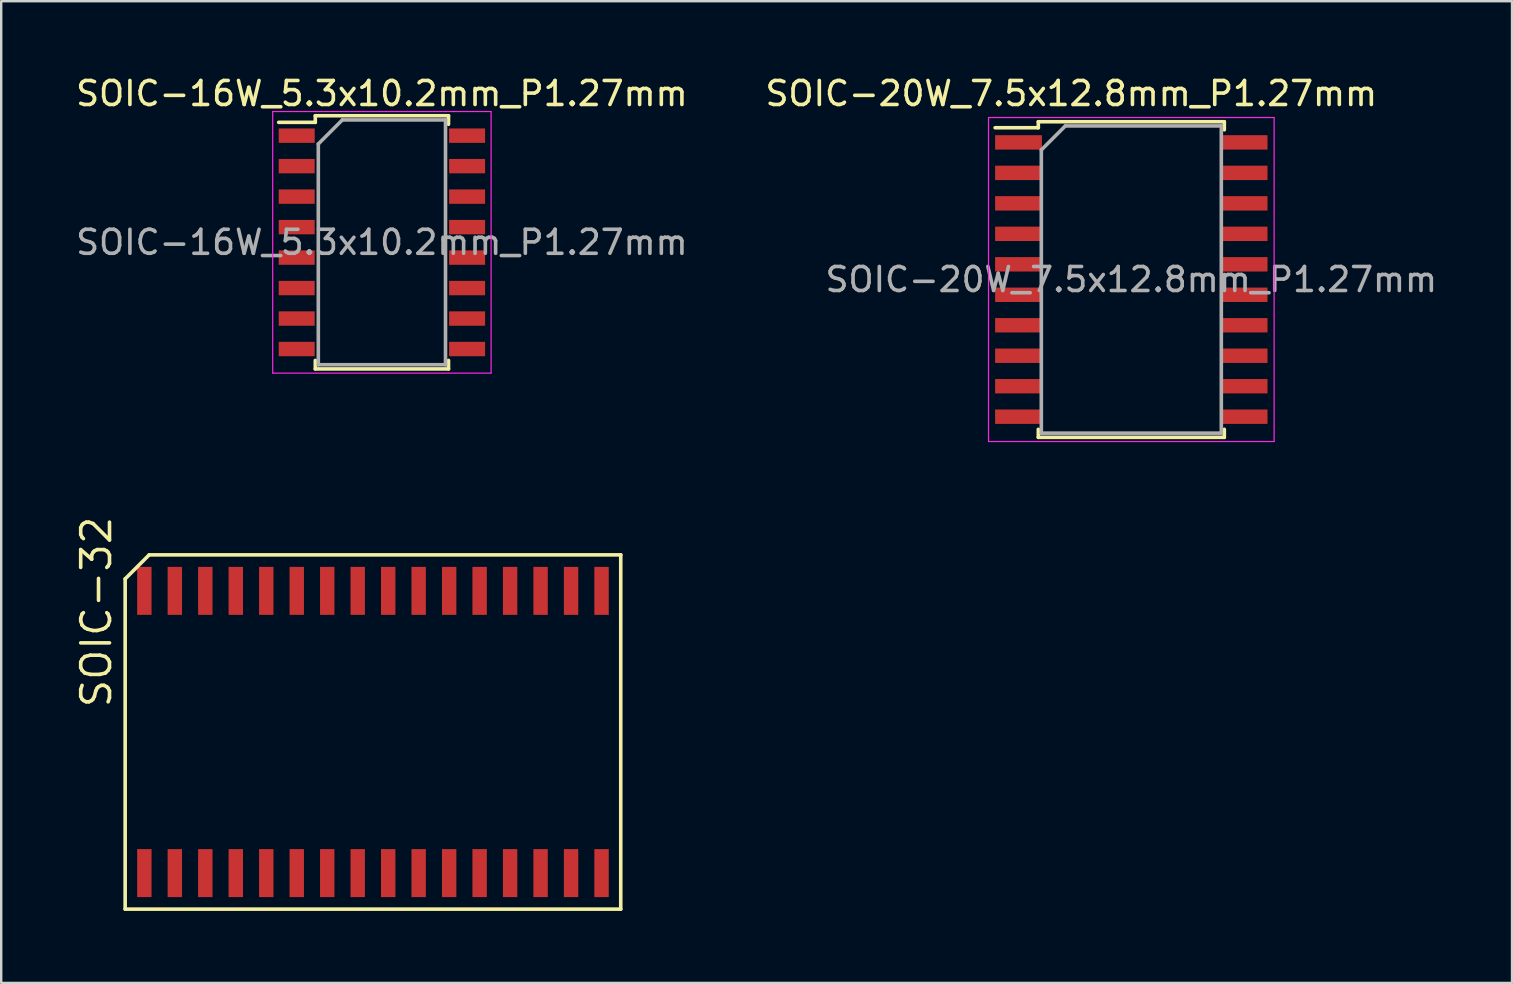
<source format=kicad_pcb>
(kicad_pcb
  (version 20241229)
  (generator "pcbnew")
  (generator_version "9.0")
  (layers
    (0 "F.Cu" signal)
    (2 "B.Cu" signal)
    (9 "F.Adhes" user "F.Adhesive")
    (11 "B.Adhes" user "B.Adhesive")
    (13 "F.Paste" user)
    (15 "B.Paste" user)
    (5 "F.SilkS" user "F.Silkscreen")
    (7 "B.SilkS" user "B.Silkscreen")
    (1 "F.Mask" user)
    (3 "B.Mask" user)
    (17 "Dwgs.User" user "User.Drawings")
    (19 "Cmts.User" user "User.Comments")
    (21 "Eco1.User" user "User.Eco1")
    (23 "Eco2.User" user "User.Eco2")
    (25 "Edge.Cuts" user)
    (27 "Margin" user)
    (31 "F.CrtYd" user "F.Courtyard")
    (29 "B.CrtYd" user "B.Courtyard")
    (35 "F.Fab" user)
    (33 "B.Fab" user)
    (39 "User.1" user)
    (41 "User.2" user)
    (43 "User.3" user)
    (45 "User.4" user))
  (footprint "SOIC-16W_5.3x10.2mm_P1.27mm"
    (layer "F.Cu")
    (at 12.863 7.048)
    (property "Reference" "SOIC-16W_5.3x10.2mm_P1.27mm" (at 0 -6.2 0) (layer "F.SilkS") (effects (font (size 1 1) (thickness 0.15))))
    (attr smd)
    (fp_line (start -2.775 -5.275) (end -2.775 -5) (stroke (width 0.15) (type solid)) (layer "F.SilkS"))
    (fp_line (start -2.775 -5.275) (end 2.775 -5.275) (stroke (width 0.15) (type solid)) (layer "F.SilkS"))
    (fp_line (start -2.775 -5) (end -4.3 -5) (stroke (width 0.15) (type solid)) (layer "F.SilkS"))
    (fp_line (start -2.775 5.275) (end -2.775 4.92) (stroke (width 0.15) (type solid)) (layer "F.SilkS"))
    (fp_line (start -2.775 5.275) (end 2.775 5.275) (stroke (width 0.15) (type solid)) (layer "F.SilkS"))
    (fp_line (start 2.775 -5.275) (end 2.775 -4.92) (stroke (width 0.15) (type solid)) (layer "F.SilkS"))
    (fp_line (start 2.775 5.275) (end 2.775 4.92) (stroke (width 0.15) (type solid)) (layer "F.SilkS"))
    (fp_line (start -4.55 -5.45) (end -4.55 5.45) (stroke (width 0.05) (type solid)) (layer "F.CrtYd"))
    (fp_line (start -4.55 -5.45) (end 4.55 -5.45) (stroke (width 0.05) (type solid)) (layer "F.CrtYd"))
    (fp_line (start -4.55 5.45) (end 4.55 5.45) (stroke (width 0.05) (type solid)) (layer "F.CrtYd"))
    (fp_line (start 4.55 -5.45) (end 4.55 5.45) (stroke (width 0.05) (type solid)) (layer "F.CrtYd"))
    (fp_line (start -2.65 -4.1) (end -1.65 -5.1) (stroke (width 0.15) (type solid)) (layer "F.Fab"))
    (fp_line (start -2.65 5.1) (end -2.65 -4.1) (stroke (width 0.15) (type solid)) (layer "F.Fab"))
    (fp_line (start -1.65 -5.1) (end 2.65 -5.1) (stroke (width 0.15) (type solid)) (layer "F.Fab"))
    (fp_line (start 2.65 -5.1) (end 2.65 5.1) (stroke (width 0.15) (type solid)) (layer "F.Fab"))
    (fp_line (start 2.65 5.1) (end -2.65 5.1) (stroke (width 0.15) (type solid)) (layer "F.Fab"))
    (fp_text user "${REFERENCE}" (at 0 0 0) (layer "F.Fab") (effects (font (size 1 1) (thickness 0.15))))
    (pad "1" smd rect (at -3.55 -4.445) (size 1.5 0.6) (layers "F.Cu" "F.Mask" "F.Paste"))
    (pad "2" smd rect (at -3.55 -3.175) (size 1.5 0.6) (layers "F.Cu" "F.Mask" "F.Paste"))
    (pad "3" smd rect (at -3.55 -1.905) (size 1.5 0.6) (layers "F.Cu" "F.Mask" "F.Paste"))
    (pad "4" smd rect (at -3.55 -0.635) (size 1.5 0.6) (layers "F.Cu" "F.Mask" "F.Paste"))
    (pad "5" smd rect (at -3.55 0.635) (size 1.5 0.6) (layers "F.Cu" "F.Mask" "F.Paste"))
    (pad "6" smd rect (at -3.55 1.905) (size 1.5 0.6) (layers "F.Cu" "F.Mask" "F.Paste"))
    (pad "7" smd rect (at -3.55 3.175) (size 1.5 0.6) (layers "F.Cu" "F.Mask" "F.Paste"))
    (pad "8" smd rect (at -3.55 4.445) (size 1.5 0.6) (layers "F.Cu" "F.Mask" "F.Paste"))
    (pad "9" smd rect (at 3.55 4.445) (size 1.5 0.6) (layers "F.Cu" "F.Mask" "F.Paste"))
    (pad "10" smd rect (at 3.55 3.175) (size 1.5 0.6) (layers "F.Cu" "F.Mask" "F.Paste"))
    (pad "11" smd rect (at 3.55 1.905) (size 1.5 0.6) (layers "F.Cu" "F.Mask" "F.Paste"))
    (pad "12" smd rect (at 3.55 0.635) (size 1.5 0.6) (layers "F.Cu" "F.Mask" "F.Paste"))
    (pad "13" smd rect (at 3.55 -0.635) (size 1.5 0.6) (layers "F.Cu" "F.Mask" "F.Paste"))
    (pad "14" smd rect (at 3.55 -1.905) (size 1.5 0.6) (layers "F.Cu" "F.Mask" "F.Paste"))
    (pad "15" smd rect (at 3.55 -3.175) (size 1.5 0.6) (layers "F.Cu" "F.Mask" "F.Paste"))
    (pad "16" smd rect (at 3.55 -4.445) (size 1.5 0.6) (layers "F.Cu" "F.Mask" "F.Paste")))
  (footprint "SOIC-32"
    (layer "F.Cu")
    (at 12.49 27.45)
    (property "Reference" "SOIC-32" (at -11.525 -5 90) (layer "F.SilkS") (effects (font (size 1.2 1.2) (thickness 0.15))))
    (attr through_hole)
    (fp_line (start -10.325 -6.38) (end -10.325 7.38) (stroke (width 0.15) (type solid)) (layer "F.SilkS"))
    (fp_line (start -10.325 7.38) (end 10.325 7.38) (stroke (width 0.15) (type solid)) (layer "F.SilkS"))
    (fp_line (start -9.325 -7.38) (end -10.325 -6.38) (stroke (width 0.15) (type solid)) (layer "F.SilkS"))
    (fp_line (start 10.325 -7.38) (end -9.325 -7.38) (stroke (width 0.15) (type solid)) (layer "F.SilkS"))
    (fp_line (start 10.325 7.38) (end 10.325 -7.38) (stroke (width 0.15) (type solid)) (layer "F.SilkS"))
    (pad "1" smd rect (at -9.525 5.88) (size 0.6 2) (layers "F.Cu" "F.Mask" "F.Paste"))
    (pad "2" smd rect (at -8.255 5.88) (size 0.6 2) (layers "F.Cu" "F.Mask" "F.Paste"))
    (pad "3" smd rect (at -6.985 5.88) (size 0.6 2) (layers "F.Cu" "F.Mask" "F.Paste"))
    (pad "4" smd rect (at -5.715 5.88) (size 0.6 2) (layers "F.Cu" "F.Mask" "F.Paste"))
    (pad "5" smd rect (at -4.445 5.88) (size 0.6 2) (layers "F.Cu" "F.Mask" "F.Paste"))
    (pad "6" smd rect (at -3.175 5.88) (size 0.6 2) (layers "F.Cu" "F.Mask" "F.Paste"))
    (pad "7" smd rect (at -1.905 5.88) (size 0.6 2) (layers "F.Cu" "F.Mask" "F.Paste"))
    (pad "8" smd rect (at -0.635 5.88) (size 0.6 2) (layers "F.Cu" "F.Mask" "F.Paste"))
    (pad "9" smd rect (at 0.635 5.88) (size 0.6 2) (layers "F.Cu" "F.Mask" "F.Paste"))
    (pad "10" smd rect (at 1.905 5.88) (size 0.6 2) (layers "F.Cu" "F.Mask" "F.Paste"))
    (pad "11" smd rect (at 3.175 5.88) (size 0.6 2) (layers "F.Cu" "F.Mask" "F.Paste"))
    (pad "12" smd rect (at 4.445 5.88) (size 0.6 2) (layers "F.Cu" "F.Mask" "F.Paste"))
    (pad "13" smd rect (at 5.715 5.88) (size 0.6 2) (layers "F.Cu" "F.Mask" "F.Paste"))
    (pad "14" smd rect (at 6.985 5.88) (size 0.6 2) (layers "F.Cu" "F.Mask" "F.Paste"))
    (pad "15" smd rect (at 8.255 5.88) (size 0.6 2) (layers "F.Cu" "F.Mask" "F.Paste"))
    (pad "16" smd rect (at 9.525 5.88) (size 0.6 2) (layers "F.Cu" "F.Mask" "F.Paste"))
    (pad "17" smd rect (at 9.525 -5.88) (size 0.6 2) (layers "F.Cu" "F.Mask" "F.Paste"))
    (pad "18" smd rect (at 8.255 -5.88) (size 0.6 2) (layers "F.Cu" "F.Mask" "F.Paste"))
    (pad "19" smd rect (at 6.985 -5.88) (size 0.6 2) (layers "F.Cu" "F.Mask" "F.Paste"))
    (pad "20" smd rect (at 5.715 -5.88) (size 0.6 2) (layers "F.Cu" "F.Mask" "F.Paste"))
    (pad "21" smd rect (at 4.445 -5.88) (size 0.6 2) (layers "F.Cu" "F.Mask" "F.Paste"))
    (pad "22" smd rect (at 3.175 -5.88) (size 0.6 2) (layers "F.Cu" "F.Mask" "F.Paste"))
    (pad "23" smd rect (at 1.905 -5.88) (size 0.6 2) (layers "F.Cu" "F.Mask" "F.Paste"))
    (pad "24" smd rect (at 0.635 -5.88) (size 0.6 2) (layers "F.Cu" "F.Mask" "F.Paste"))
    (pad "25" smd rect (at -0.635 -5.88) (size 0.6 2) (layers "F.Cu" "F.Mask" "F.Paste"))
    (pad "26" smd rect (at -1.905 -5.88) (size 0.6 2) (layers "F.Cu" "F.Mask" "F.Paste"))
    (pad "27" smd rect (at -3.175 -5.88) (size 0.6 2) (layers "F.Cu" "F.Mask" "F.Paste"))
    (pad "28" smd rect (at -4.445 -5.88) (size 0.6 2) (layers "F.Cu" "F.Mask" "F.Paste"))
    (pad "29" smd rect (at -5.715 -5.88) (size 0.6 2) (layers "F.Cu" "F.Mask" "F.Paste"))
    (pad "30" smd rect (at -6.985 -5.88) (size 0.6 2) (layers "F.Cu" "F.Mask" "F.Paste"))
    (pad "31" smd rect (at -8.255 -5.88) (size 0.6 2) (layers "F.Cu" "F.Mask" "F.Paste"))
    (pad "32" smd rect (at -9.525 -5.88) (size 0.6 2) (layers "F.Cu" "F.Mask" "F.Paste")))
  (footprint "SOIC-20W_7.5x12.8mm_P1.27mm"
    (layer "F.Cu")
    (at 44.089 8.598)
    (property "Reference" "SOIC-20W_7.5x12.8mm_P1.27mm" (at -2.5 -7.75 0) (layer "F.SilkS") (effects (font (size 1 1) (thickness 0.15))))
    (attr smd)
    (fp_line (start -3.875 -6.575) (end -3.875 -6.325) (stroke (width 0.15) (type solid)) (layer "F.SilkS"))
    (fp_line (start -3.875 -6.575) (end 3.875 -6.575) (stroke (width 0.15) (type solid)) (layer "F.SilkS"))
    (fp_line (start -3.875 -6.325) (end -5.675 -6.325) (stroke (width 0.15) (type solid)) (layer "F.SilkS"))
    (fp_line (start -3.875 6.575) (end -3.875 6.24) (stroke (width 0.15) (type solid)) (layer "F.SilkS"))
    (fp_line (start -3.875 6.575) (end 3.875 6.575) (stroke (width 0.15) (type solid)) (layer "F.SilkS"))
    (fp_line (start 3.875 -6.575) (end 3.875 -6.24) (stroke (width 0.15) (type solid)) (layer "F.SilkS"))
    (fp_line (start 3.875 6.575) (end 3.875 6.24) (stroke (width 0.15) (type solid)) (layer "F.SilkS"))
    (fp_line (start -5.95 -6.75) (end -5.95 6.75) (stroke (width 0.05) (type solid)) (layer "F.CrtYd"))
    (fp_line (start -5.95 -6.75) (end 5.95 -6.75) (stroke (width 0.05) (type solid)) (layer "F.CrtYd"))
    (fp_line (start -5.95 6.75) (end 5.95 6.75) (stroke (width 0.05) (type solid)) (layer "F.CrtYd"))
    (fp_line (start 5.95 -6.75) (end 5.95 6.75) (stroke (width 0.05) (type solid)) (layer "F.CrtYd"))
    (fp_line (start -3.75 -5.4) (end -2.75 -6.4) (stroke (width 0.15) (type solid)) (layer "F.Fab"))
    (fp_line (start -3.75 6.4) (end -3.75 -5.4) (stroke (width 0.15) (type solid)) (layer "F.Fab"))
    (fp_line (start -2.75 -6.4) (end 3.75 -6.4) (stroke (width 0.15) (type solid)) (layer "F.Fab"))
    (fp_line (start 3.75 -6.4) (end 3.75 6.4) (stroke (width 0.15) (type solid)) (layer "F.Fab"))
    (fp_line (start 3.75 6.4) (end -3.75 6.4) (stroke (width 0.15) (type solid)) (layer "F.Fab"))
    (fp_text user "${REFERENCE}" (at 0 0 0) (layer "F.Fab") (effects (font (size 1 1) (thickness 0.15))))
    (pad "1" smd rect (at -4.7 -5.715) (size 1.95 0.6) (layers "F.Cu" "F.Mask" "F.Paste"))
    (pad "2" smd rect (at -4.7 -4.445) (size 1.95 0.6) (layers "F.Cu" "F.Mask" "F.Paste"))
    (pad "3" smd rect (at -4.7 -3.175) (size 1.95 0.6) (layers "F.Cu" "F.Mask" "F.Paste"))
    (pad "4" smd rect (at -4.7 -1.905) (size 1.95 0.6) (layers "F.Cu" "F.Mask" "F.Paste"))
    (pad "5" smd rect (at -4.7 -0.635) (size 1.95 0.6) (layers "F.Cu" "F.Mask" "F.Paste"))
    (pad "6" smd rect (at -4.7 0.635) (size 1.95 0.6) (layers "F.Cu" "F.Mask" "F.Paste"))
    (pad "7" smd rect (at -4.7 1.905) (size 1.95 0.6) (layers "F.Cu" "F.Mask" "F.Paste"))
    (pad "8" smd rect (at -4.7 3.175) (size 1.95 0.6) (layers "F.Cu" "F.Mask" "F.Paste"))
    (pad "9" smd rect (at -4.7 4.445) (size 1.95 0.6) (layers "F.Cu" "F.Mask" "F.Paste"))
    (pad "10" smd rect (at -4.7 5.715) (size 1.95 0.6) (layers "F.Cu" "F.Mask" "F.Paste"))
    (pad "11" smd rect (at 4.7 5.715) (size 1.95 0.6) (layers "F.Cu" "F.Mask" "F.Paste"))
    (pad "12" smd rect (at 4.7 4.445) (size 1.95 0.6) (layers "F.Cu" "F.Mask" "F.Paste"))
    (pad "13" smd rect (at 4.7 3.175) (size 1.95 0.6) (layers "F.Cu" "F.Mask" "F.Paste"))
    (pad "14" smd rect (at 4.7 1.905) (size 1.95 0.6) (layers "F.Cu" "F.Mask" "F.Paste"))
    (pad "15" smd rect (at 4.7 0.635) (size 1.95 0.6) (layers "F.Cu" "F.Mask" "F.Paste"))
    (pad "16" smd rect (at 4.7 -0.635) (size 1.95 0.6) (layers "F.Cu" "F.Mask" "F.Paste"))
    (pad "17" smd rect (at 4.7 -1.905) (size 1.95 0.6) (layers "F.Cu" "F.Mask" "F.Paste"))
    (pad "18" smd rect (at 4.7 -3.175) (size 1.95 0.6) (layers "F.Cu" "F.Mask" "F.Paste"))
    (pad "19" smd rect (at 4.7 -4.445) (size 1.95 0.6) (layers "F.Cu" "F.Mask" "F.Paste"))
    (pad "20" smd rect (at 4.7 -5.715) (size 1.95 0.6) (layers "F.Cu" "F.Mask" "F.Paste")))
  (gr_rect
    (start -3 -3)
    (end 59.952 37.905)
    (stroke (width 0.1) (type default))
    (fill no)
    (layer "Edge.Cuts")))
</source>
